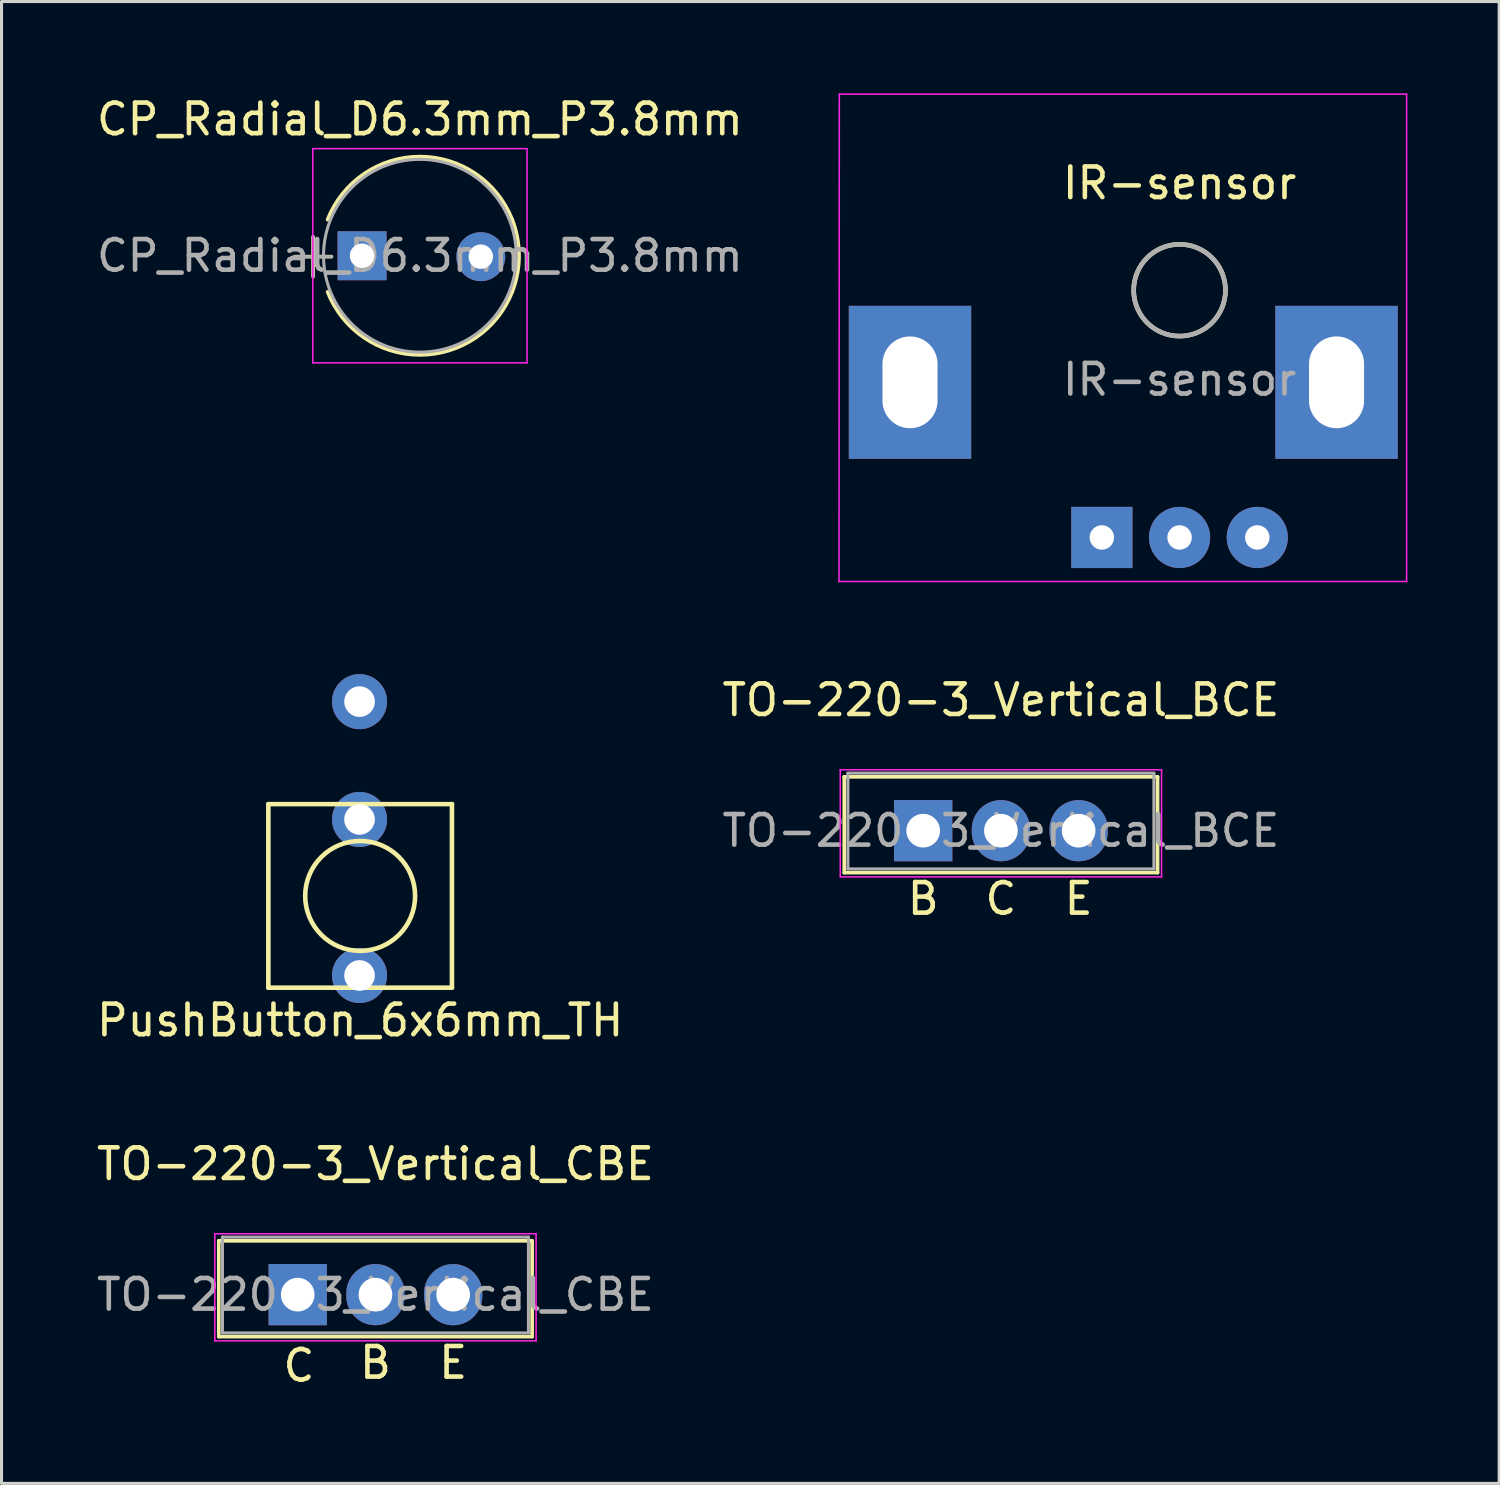
<source format=kicad_pcb>
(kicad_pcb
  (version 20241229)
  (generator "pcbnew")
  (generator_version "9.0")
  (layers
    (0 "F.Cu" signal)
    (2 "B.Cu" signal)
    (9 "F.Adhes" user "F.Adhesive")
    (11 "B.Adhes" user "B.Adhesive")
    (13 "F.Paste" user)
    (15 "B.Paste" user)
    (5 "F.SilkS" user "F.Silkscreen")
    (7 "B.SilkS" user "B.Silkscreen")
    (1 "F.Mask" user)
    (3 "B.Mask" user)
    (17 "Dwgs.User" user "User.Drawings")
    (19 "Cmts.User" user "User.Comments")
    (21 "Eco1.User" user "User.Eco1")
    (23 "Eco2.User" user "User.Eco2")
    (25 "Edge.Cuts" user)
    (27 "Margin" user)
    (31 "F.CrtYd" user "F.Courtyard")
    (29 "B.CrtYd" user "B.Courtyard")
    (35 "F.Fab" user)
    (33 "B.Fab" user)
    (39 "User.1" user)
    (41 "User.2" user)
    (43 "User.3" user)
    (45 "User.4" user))
  (footprint "TO-220-3_Vertical_BCE"
    (layer "F.Cu")
    (at 27.121 24.098)
    (property "Reference" "TO-220-3_Vertical_BCE" (at 2.54 -4.27 0) (layer "F.SilkS") (effects (font (size 1 1) (thickness 0.15))))
    (fp_line (start -2.58 -1.76) (end -2.58 1.371) (stroke (width 0.12) (type solid)) (layer "F.SilkS"))
    (fp_line (start -2.58 -1.76) (end 7.66 -1.76) (stroke (width 0.12) (type solid)) (layer "F.SilkS"))
    (fp_line (start -2.58 1.371) (end 7.66 1.371) (stroke (width 0.12) (type solid)) (layer "F.SilkS"))
    (fp_line (start 7.66 -1.76) (end 7.66 1.371) (stroke (width 0.12) (type solid)) (layer "F.SilkS"))
    (fp_line (start -2.71 -1.99) (end -2.71 1.51) (stroke (width 0.05) (type solid)) (layer "F.CrtYd"))
    (fp_line (start -2.71 1.51) (end 7.79 1.51) (stroke (width 0.05) (type solid)) (layer "F.CrtYd"))
    (fp_line (start 7.79 -1.99) (end -2.71 -1.99) (stroke (width 0.05) (type solid)) (layer "F.CrtYd"))
    (fp_line (start 7.79 1.51) (end 7.79 -1.99) (stroke (width 0.05) (type solid)) (layer "F.CrtYd"))
    (fp_line (start -2.46 -1.88) (end -2.46 1.25) (stroke (width 0.1) (type solid)) (layer "F.Fab"))
    (fp_line (start -2.46 -1.88) (end 7.54 -1.88) (stroke (width 0.1) (type solid)) (layer "F.Fab"))
    (fp_line (start -2.46 1.25) (end 7.54 1.25) (stroke (width 0.1) (type solid)) (layer "F.Fab"))
    (fp_line (start 7.54 1.25) (end 7.54 -1.88) (stroke (width 0.1) (type solid)) (layer "F.Fab"))
    (fp_text user "E" (at 5.08 2.223 0) (unlocked yes) (layer "F.SilkS") (effects (font (size 1 1) (thickness 0.15))))
    (fp_text user "B" (at 0 2.223 0) (unlocked yes) (layer "F.SilkS") (effects (font (size 1 1) (thickness 0.15))))
    (fp_text user "C" (at 2.54 2.223 0) (unlocked yes) (layer "F.SilkS") (effects (font (size 1 1) (thickness 0.15))))
    (fp_text user "${REFERENCE}" (at 2.54 0 0) (layer "F.Fab") (effects (font (size 1 1) (thickness 0.15))))
    (pad "1" thru_hole rect (at 0 0) (size 1.905 2) (drill 1.1) (layers "*.Cu" "*.Mask"))
    (pad "2" thru_hole oval (at 2.54 0) (size 1.905 2) (drill 1.1) (layers "*.Cu" "*.Mask"))
    (pad "3" thru_hole oval (at 5.08 0) (size 1.905 2) (drill 1.1) (layers "*.Cu" "*.Mask")))
  (footprint "TO-220-3_Vertical_CBE"
    (layer "F.Cu")
    (at 6.68 39.261)
    (property "Reference" "TO-220-3_Vertical_CBE" (at 2.54 -4.27 0) (layer "F.SilkS") (effects (font (size 1 1) (thickness 0.15))))
    (fp_line (start -2.58 -1.76) (end -2.58 1.371) (stroke (width 0.12) (type solid)) (layer "F.SilkS"))
    (fp_line (start -2.58 -1.76) (end 7.66 -1.76) (stroke (width 0.12) (type solid)) (layer "F.SilkS"))
    (fp_line (start -2.58 1.371) (end 7.66 1.371) (stroke (width 0.12) (type solid)) (layer "F.SilkS"))
    (fp_line (start 7.66 -1.76) (end 7.66 1.371) (stroke (width 0.12) (type solid)) (layer "F.SilkS"))
    (fp_line (start -2.71 -1.99) (end -2.71 1.51) (stroke (width 0.05) (type solid)) (layer "F.CrtYd"))
    (fp_line (start -2.71 1.51) (end 7.79 1.51) (stroke (width 0.05) (type solid)) (layer "F.CrtYd"))
    (fp_line (start 7.79 -1.99) (end -2.71 -1.99) (stroke (width 0.05) (type solid)) (layer "F.CrtYd"))
    (fp_line (start 7.79 1.51) (end 7.79 -1.99) (stroke (width 0.05) (type solid)) (layer "F.CrtYd"))
    (fp_line (start -2.46 -1.88) (end -2.46 1.25) (stroke (width 0.1) (type solid)) (layer "F.Fab"))
    (fp_line (start -2.46 -1.88) (end 7.54 -1.88) (stroke (width 0.1) (type solid)) (layer "F.Fab"))
    (fp_line (start -2.46 1.25) (end 7.54 1.25) (stroke (width 0.1) (type solid)) (layer "F.Fab"))
    (fp_line (start 7.54 1.25) (end 7.54 -1.88) (stroke (width 0.1) (type solid)) (layer "F.Fab"))
    (fp_text user "B" (at 2.54 2.223 0) (unlocked yes) (layer "F.SilkS") (effects (font (size 1 1) (thickness 0.15))))
    (fp_text user "C" (at 0.04 2.32 0) (unlocked yes) (layer "F.SilkS") (effects (font (size 1 1) (thickness 0.15))))
    (fp_text user "E" (at 5.08 2.223 0) (unlocked yes) (layer "F.SilkS") (effects (font (size 1 1) (thickness 0.15))))
    (fp_text user "${REFERENCE}" (at 2.54 0 0) (layer "F.Fab") (effects (font (size 1 1) (thickness 0.15))))
    (pad "1" thru_hole rect (at 0 0) (size 1.905 2) (drill 1.1) (layers "*.Cu" "*.Mask"))
    (pad "2" thru_hole oval (at 2.54 0) (size 1.905 2) (drill 1.1) (layers "*.Cu" "*.Mask"))
    (pad "3" thru_hole oval (at 5.08 0) (size 1.905 2) (drill 1.1) (layers "*.Cu" "*.Mask")))
  (footprint "IR-sensor"
    (layer "F.Cu")
    (at 35.5 14.515)
    (property "Reference" "IR-sensor" (at 0 -11.58 0) (layer "F.SilkS") (effects (font (size 1 1) (thickness 0.15))))
    (attr through_hole)
    (fp_circle (center 0 -8.08) (end 1.5 -8.08) (stroke (width 0.15) (type solid)) (fill no) (layer "F.SilkS"))
    (fp_line (start -11.13 1.44) (end 7.42 1.44) (stroke (width 0.05) (type solid)) (layer "F.CrtYd"))
    (fp_line (start -11.12 -14.49) (end -11.13 1.44) (stroke (width 0.05) (type solid)) (layer "F.CrtYd"))
    (fp_line (start 7.42 -14.49) (end -11.12 -14.49) (stroke (width 0.05) (type solid)) (layer "F.CrtYd"))
    (fp_line (start 7.42 1.44) (end 7.42 -14.49) (stroke (width 0.05) (type solid)) (layer "F.CrtYd"))
    (fp_circle (center 0 -8.08) (end 1.5 -8.08) (stroke (width 0.15) (type solid)) (fill no) (layer "F.Fab"))
    (fp_text user "${REFERENCE}" (at 0 -5.16 0) (layer "F.Fab") (effects (font (size 1 1) (thickness 0.15))))
    (pad "1" thru_hole rect (at -2.54 0) (size 2 2) (drill 0.8) (layers "*.Cu" "*.Mask"))
    (pad "2" thru_hole circle (at 0 0) (size 2 2) (drill 0.8) (layers "*.Cu" "*.Mask"))
    (pad "3" thru_hole circle (at 2.54 0) (size 2 2) (drill 0.8) (layers "*.Cu" "*.Mask"))
    (pad "4" thru_hole rect (at -8.81 -5.07) (size 4 5) (drill oval 1.8 3) (layers "*.Cu" "*.Mask"))
    (pad "5" thru_hole rect (at 5.13 -5.07) (size 4 5) (drill oval 1.8 3) (layers "*.Cu" "*.Mask")))
  (footprint "PushButton_6x6mm_TH"
    (layer "F.Cu")
    (at 8.72 26.23)
    (property "Reference" "PushButton_6x6mm_TH" (at 0 4.064 0) (layer "F.SilkS") (effects (font (size 1 1) (thickness 0.15))))
    (attr through_hole)
    (fp_line (start -3 -3) (end 3 -3) (stroke (width 0.15) (type solid)) (layer "F.SilkS"))
    (fp_line (start -3 3) (end -3 -3) (stroke (width 0.15) (type solid)) (layer "F.SilkS"))
    (fp_line (start 3 -3) (end 3 3) (stroke (width 0.15) (type solid)) (layer "F.SilkS"))
    (fp_line (start 3 3) (end -3 3) (stroke (width 0.15) (type solid)) (layer "F.SilkS"))
    (fp_circle (center 0 0) (end 1.27 -1.27) (stroke (width 0.15) (type solid)) (fill no) (layer "F.SilkS"))
    (pad "1" thru_hole circle (at -0.02 2.6) (size 1.8 1.8) (drill 1) (layers "*.Cu" "*.Mask"))
    (pad "2" thru_hole circle (at -0.02 -2.5) (size 1.8 1.8) (drill 1) (layers "*.Cu" "*.Mask"))
    (pad "3" thru_hole circle (at -0.02 -6.35) (size 1.8 1.8) (drill 1) (layers "*.Cu" "*.Mask")))
  (footprint "CP_Radial_D6.3mm_P3.8mm"
    (layer "F.Cu")
    (at 9.423 5.308)
    (property "Reference" "CP_Radial_D6.3mm_P3.8mm" (at 1.25 -4.46 0) (layer "F.SilkS") (effects (font (size 1 1) (thickness 0.15))))
    (attr through_hole)
    (fp_line (start -2.84 0.03) (end -1.64 0.03) (stroke (width 0.12) (type solid)) (layer "F.SilkS"))
    (fp_line (start -2.24 -0.62) (end -2.24 0.68) (stroke (width 0.12) (type solid)) (layer "F.SilkS"))
    (fp_arc (start -1.767482 -1.18) (mid 1.250464 -3.24) (end 4.26782 -1.179135) (stroke (width 0.12) (type solid)) (layer "F.SilkS"))
    (fp_arc (start 4.267482 -1.18) (mid 4.49 -0.000464) (end 4.26782 1.179135) (stroke (width 0.12) (type solid)) (layer "F.SilkS"))
    (fp_arc (start 4.26782 1.179135) (mid 1.250464 3.239999) (end -1.767482 1.18) (stroke (width 0.12) (type solid)) (layer "F.SilkS"))
    (fp_line (start -2.25 -3.5) (end -2.25 3.5) (stroke (width 0.05) (type solid)) (layer "F.CrtYd"))
    (fp_line (start -2.25 3.5) (end 4.75 3.5) (stroke (width 0.05) (type solid)) (layer "F.CrtYd"))
    (fp_line (start 4.75 -3.5) (end -2.25 -3.5) (stroke (width 0.05) (type solid)) (layer "F.CrtYd"))
    (fp_line (start 4.75 3.5) (end 4.75 -3.5) (stroke (width 0.05) (type solid)) (layer "F.CrtYd"))
    (fp_line (start -2.84 0.03) (end -1.64 0.03) (stroke (width 0.1) (type solid)) (layer "F.Fab"))
    (fp_line (start -2.24 -0.62) (end -2.24 0.68) (stroke (width 0.1) (type solid)) (layer "F.Fab"))
    (fp_circle (center 1.25 0) (end 4.4 0) (stroke (width 0.1) (type solid)) (fill no) (layer "F.Fab"))
    (fp_text user "${REFERENCE}" (at 1.25 0 0) (layer "F.Fab") (effects (font (size 1 1) (thickness 0.15))))
    (pad "1" thru_hole rect (at -0.64 0) (size 1.6 1.6) (drill 0.8) (layers "*.Cu" "*.Mask"))
    (pad "2" thru_hole circle (at 3.24 0.03) (size 1.6 1.6) (drill 0.8) (layers "*.Cu" "*.Mask")))
  (gr_rect
    (start -3 -3)
    (end 45.945 45.429)
    (stroke (width 0.1) (type default))
    (fill no)
    (layer "Edge.Cuts")))
</source>
